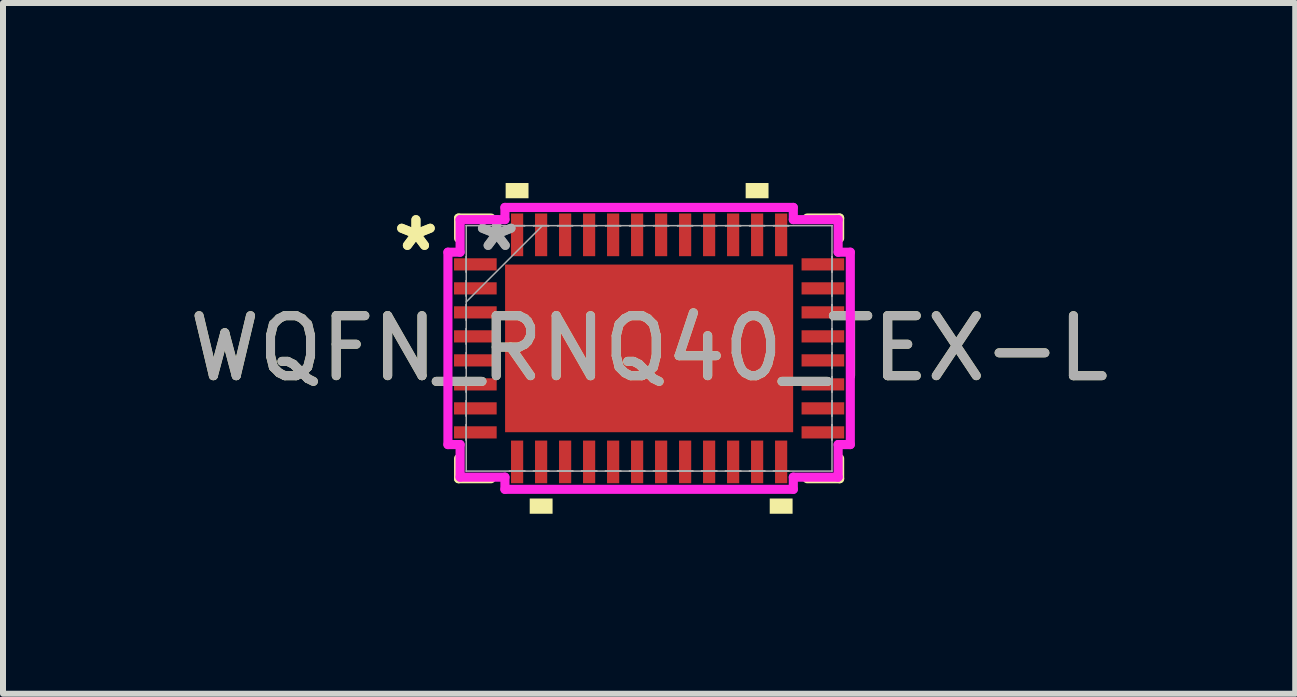
<source format=kicad_pcb>
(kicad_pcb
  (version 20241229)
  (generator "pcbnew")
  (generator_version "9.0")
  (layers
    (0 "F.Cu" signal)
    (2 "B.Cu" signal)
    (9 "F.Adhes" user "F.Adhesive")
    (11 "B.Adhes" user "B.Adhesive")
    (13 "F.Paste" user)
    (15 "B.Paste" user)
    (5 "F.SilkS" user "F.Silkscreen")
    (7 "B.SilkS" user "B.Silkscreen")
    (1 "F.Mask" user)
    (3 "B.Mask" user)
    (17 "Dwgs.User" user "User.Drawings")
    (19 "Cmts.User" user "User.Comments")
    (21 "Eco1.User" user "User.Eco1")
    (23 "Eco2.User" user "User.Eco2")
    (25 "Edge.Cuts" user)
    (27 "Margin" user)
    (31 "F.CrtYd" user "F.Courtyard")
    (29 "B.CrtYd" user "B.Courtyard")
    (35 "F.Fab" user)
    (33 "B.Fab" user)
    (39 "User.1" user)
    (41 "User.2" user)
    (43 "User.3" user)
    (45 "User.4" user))
  (footprint "WQFN_RNQ40_TEX-L"
    (layer "F.Cu")
    (at 7.768 2.756)
    (property "Reference" "WQFN_RNQ40_TEX-L" (at 0 0 0) (unlocked yes) (layer "F.SilkS") (effects (font (size 1 1) (thickness 0.15))))
    (attr smd)
    (fp_line (start -3.175 -2.172) (end -3.175 -1.834) (stroke (width 0.152) (type solid)) (layer "F.SilkS"))
    (fp_line (start -3.175 1.834) (end -3.175 2.172) (stroke (width 0.152) (type solid)) (layer "F.SilkS"))
    (fp_line (start -3.175 2.172) (end -2.634 2.172) (stroke (width 0.152) (type solid)) (layer "F.SilkS"))
    (fp_line (start -2.634 -2.172) (end -3.175 -2.172) (stroke (width 0.152) (type solid)) (layer "F.SilkS"))
    (fp_line (start 2.634 2.172) (end 3.175 2.172) (stroke (width 0.152) (type solid)) (layer "F.SilkS"))
    (fp_line (start 3.175 -2.172) (end 2.634 -2.172) (stroke (width 0.152) (type solid)) (layer "F.SilkS"))
    (fp_line (start 3.175 -1.834) (end 3.175 -2.172) (stroke (width 0.152) (type solid)) (layer "F.SilkS"))
    (fp_line (start 3.175 2.172) (end 3.175 1.834) (stroke (width 0.152) (type solid)) (layer "F.SilkS"))
    (fp_poly (pts (xy -2.391 -2.502) (xy -2.391 -2.756) (xy -2.01 -2.756) (xy -2.01 -2.502)) (stroke (width 0) (type solid)) (fill yes) (layer "F.SilkS"))
    (fp_poly (pts (xy -1.99 2.502) (xy -1.99 2.756) (xy -1.609 2.756) (xy -1.609 2.502)) (stroke (width 0) (type solid)) (fill yes) (layer "F.SilkS"))
    (fp_poly (pts (xy 1.609 -2.502) (xy 1.609 -2.756) (xy 1.99 -2.756) (xy 1.99 -2.502)) (stroke (width 0) (type solid)) (fill yes) (layer "F.SilkS"))
    (fp_poly (pts (xy 2.01 2.502) (xy 2.01 2.756) (xy 2.391 2.756) (xy 2.391 2.502)) (stroke (width 0) (type solid)) (fill yes) (layer "F.SilkS"))
    (fp_poly (pts (xy -2.3 -1.297) (xy -2.3 -0.1) (xy -0.9 -0.1) (xy -0.9 -1.297)) (stroke (width 0) (type solid)) (fill yes) (layer "F.Paste"))
    (fp_poly (pts (xy -2.3 0.1) (xy -2.3 1.297) (xy -0.9 1.297) (xy -0.9 0.1)) (stroke (width 0) (type solid)) (fill yes) (layer "F.Paste"))
    (fp_poly (pts (xy -0.7 -1.297) (xy -0.7 -0.1) (xy 0.7 -0.1) (xy 0.7 -1.297)) (stroke (width 0) (type solid)) (fill yes) (layer "F.Paste"))
    (fp_poly (pts (xy -0.7 0.1) (xy -0.7 1.297) (xy 0.7 1.297) (xy 0.7 0.1)) (stroke (width 0) (type solid)) (fill yes) (layer "F.Paste"))
    (fp_poly (pts (xy 0.9 -1.297) (xy 0.9 -0.1) (xy 2.3 -0.1) (xy 2.3 -1.297)) (stroke (width 0) (type solid)) (fill yes) (layer "F.Paste"))
    (fp_poly (pts (xy 0.9 0.1) (xy 0.9 1.297) (xy 2.3 1.297) (xy 2.3 0.1)) (stroke (width 0) (type solid)) (fill yes) (layer "F.Paste"))
    (fp_line (start -3.353 -1.603) (end -3.15 -1.603) (stroke (width 0.152) (type solid)) (layer "F.CrtYd"))
    (fp_line (start -3.353 1.603) (end -3.353 -1.603) (stroke (width 0.152) (type solid)) (layer "F.CrtYd"))
    (fp_line (start -3.15 -2.146) (end -2.403 -2.146) (stroke (width 0.152) (type solid)) (layer "F.CrtYd"))
    (fp_line (start -3.15 -1.603) (end -3.15 -2.146) (stroke (width 0.152) (type solid)) (layer "F.CrtYd"))
    (fp_line (start -3.15 1.603) (end -3.353 1.603) (stroke (width 0.152) (type solid)) (layer "F.CrtYd"))
    (fp_line (start -3.15 2.146) (end -3.15 1.603) (stroke (width 0.152) (type solid)) (layer "F.CrtYd"))
    (fp_line (start -2.403 -2.349) (end 2.403 -2.349) (stroke (width 0.152) (type solid)) (layer "F.CrtYd"))
    (fp_line (start -2.403 -2.146) (end -2.403 -2.349) (stroke (width 0.152) (type solid)) (layer "F.CrtYd"))
    (fp_line (start -2.403 2.146) (end -3.15 2.146) (stroke (width 0.152) (type solid)) (layer "F.CrtYd"))
    (fp_line (start -2.403 2.349) (end -2.403 2.146) (stroke (width 0.152) (type solid)) (layer "F.CrtYd"))
    (fp_line (start 2.403 -2.349) (end 2.403 -2.146) (stroke (width 0.152) (type solid)) (layer "F.CrtYd"))
    (fp_line (start 2.403 -2.146) (end 3.15 -2.146) (stroke (width 0.152) (type solid)) (layer "F.CrtYd"))
    (fp_line (start 2.403 2.146) (end 2.403 2.349) (stroke (width 0.152) (type solid)) (layer "F.CrtYd"))
    (fp_line (start 2.403 2.349) (end -2.403 2.349) (stroke (width 0.152) (type solid)) (layer "F.CrtYd"))
    (fp_line (start 3.15 -2.146) (end 3.15 -1.603) (stroke (width 0.152) (type solid)) (layer "F.CrtYd"))
    (fp_line (start 3.15 -1.603) (end 3.353 -1.603) (stroke (width 0.152) (type solid)) (layer "F.CrtYd"))
    (fp_line (start 3.15 1.603) (end 3.15 2.146) (stroke (width 0.152) (type solid)) (layer "F.CrtYd"))
    (fp_line (start 3.15 2.146) (end 2.403 2.146) (stroke (width 0.152) (type solid)) (layer "F.CrtYd"))
    (fp_line (start 3.353 -1.603) (end 3.353 1.603) (stroke (width 0.152) (type solid)) (layer "F.CrtYd"))
    (fp_line (start 3.353 1.603) (end 3.15 1.603) (stroke (width 0.152) (type solid)) (layer "F.CrtYd"))
    (fp_line (start -3.048 -2.045) (end -3.048 -2.045) (stroke (width 0.025) (type solid)) (layer "F.Fab"))
    (fp_line (start -3.048 -2.045) (end -3.048 2.045) (stroke (width 0.025) (type solid)) (layer "F.Fab"))
    (fp_line (start -3.048 -1.527) (end -3.048 -1.527) (stroke (width 0.025) (type solid)) (layer "F.Fab"))
    (fp_line (start -3.048 -1.527) (end -3.048 -1.273) (stroke (width 0.025) (type solid)) (layer "F.Fab"))
    (fp_line (start -3.048 -1.273) (end -3.048 -1.527) (stroke (width 0.025) (type solid)) (layer "F.Fab"))
    (fp_line (start -3.048 -1.273) (end -3.048 -1.273) (stroke (width 0.025) (type solid)) (layer "F.Fab"))
    (fp_line (start -3.048 -1.127) (end -3.048 -1.127) (stroke (width 0.025) (type solid)) (layer "F.Fab"))
    (fp_line (start -3.048 -1.127) (end -3.048 -0.873) (stroke (width 0.025) (type solid)) (layer "F.Fab"))
    (fp_line (start -3.048 -0.873) (end -3.048 -1.127) (stroke (width 0.025) (type solid)) (layer "F.Fab"))
    (fp_line (start -3.048 -0.873) (end -3.048 -0.873) (stroke (width 0.025) (type solid)) (layer "F.Fab"))
    (fp_line (start -3.048 -0.775) (end -1.778 -2.045) (stroke (width 0.025) (type solid)) (layer "F.Fab"))
    (fp_line (start -3.048 -0.727) (end -3.048 -0.727) (stroke (width 0.025) (type solid)) (layer "F.Fab"))
    (fp_line (start -3.048 -0.727) (end -3.048 -0.473) (stroke (width 0.025) (type solid)) (layer "F.Fab"))
    (fp_line (start -3.048 -0.473) (end -3.048 -0.727) (stroke (width 0.025) (type solid)) (layer "F.Fab"))
    (fp_line (start -3.048 -0.473) (end -3.048 -0.473) (stroke (width 0.025) (type solid)) (layer "F.Fab"))
    (fp_line (start -3.048 -0.327) (end -3.048 -0.327) (stroke (width 0.025) (type solid)) (layer "F.Fab"))
    (fp_line (start -3.048 -0.327) (end -3.048 -0.073) (stroke (width 0.025) (type solid)) (layer "F.Fab"))
    (fp_line (start -3.048 -0.073) (end -3.048 -0.327) (stroke (width 0.025) (type solid)) (layer "F.Fab"))
    (fp_line (start -3.048 -0.073) (end -3.048 -0.073) (stroke (width 0.025) (type solid)) (layer "F.Fab"))
    (fp_line (start -3.048 0.073) (end -3.048 0.073) (stroke (width 0.025) (type solid)) (layer "F.Fab"))
    (fp_line (start -3.048 0.073) (end -3.048 0.327) (stroke (width 0.025) (type solid)) (layer "F.Fab"))
    (fp_line (start -3.048 0.327) (end -3.048 0.073) (stroke (width 0.025) (type solid)) (layer "F.Fab"))
    (fp_line (start -3.048 0.327) (end -3.048 0.327) (stroke (width 0.025) (type solid)) (layer "F.Fab"))
    (fp_line (start -3.048 0.473) (end -3.048 0.473) (stroke (width 0.025) (type solid)) (layer "F.Fab"))
    (fp_line (start -3.048 0.473) (end -3.048 0.727) (stroke (width 0.025) (type solid)) (layer "F.Fab"))
    (fp_line (start -3.048 0.727) (end -3.048 0.473) (stroke (width 0.025) (type solid)) (layer "F.Fab"))
    (fp_line (start -3.048 0.727) (end -3.048 0.727) (stroke (width 0.025) (type solid)) (layer "F.Fab"))
    (fp_line (start -3.048 0.873) (end -3.048 0.873) (stroke (width 0.025) (type solid)) (layer "F.Fab"))
    (fp_line (start -3.048 0.873) (end -3.048 1.127) (stroke (width 0.025) (type solid)) (layer "F.Fab"))
    (fp_line (start -3.048 1.127) (end -3.048 0.873) (stroke (width 0.025) (type solid)) (layer "F.Fab"))
    (fp_line (start -3.048 1.127) (end -3.048 1.127) (stroke (width 0.025) (type solid)) (layer "F.Fab"))
    (fp_line (start -3.048 1.273) (end -3.048 1.273) (stroke (width 0.025) (type solid)) (layer "F.Fab"))
    (fp_line (start -3.048 1.273) (end -3.048 1.527) (stroke (width 0.025) (type solid)) (layer "F.Fab"))
    (fp_line (start -3.048 1.527) (end -3.048 1.273) (stroke (width 0.025) (type solid)) (layer "F.Fab"))
    (fp_line (start -3.048 1.527) (end -3.048 1.527) (stroke (width 0.025) (type solid)) (layer "F.Fab"))
    (fp_line (start -3.048 2.045) (end -3.048 2.045) (stroke (width 0.025) (type solid)) (layer "F.Fab"))
    (fp_line (start -3.048 2.045) (end 3.048 2.045) (stroke (width 0.025) (type solid)) (layer "F.Fab"))
    (fp_line (start -2.327 -2.045) (end -2.327 -2.045) (stroke (width 0.025) (type solid)) (layer "F.Fab"))
    (fp_line (start -2.327 -2.045) (end -2.073 -2.045) (stroke (width 0.025) (type solid)) (layer "F.Fab"))
    (fp_line (start -2.327 2.045) (end -2.327 2.045) (stroke (width 0.025) (type solid)) (layer "F.Fab"))
    (fp_line (start -2.327 2.045) (end -2.073 2.045) (stroke (width 0.025) (type solid)) (layer "F.Fab"))
    (fp_line (start -2.073 -2.045) (end -2.327 -2.045) (stroke (width 0.025) (type solid)) (layer "F.Fab"))
    (fp_line (start -2.073 -2.045) (end -2.073 -2.045) (stroke (width 0.025) (type solid)) (layer "F.Fab"))
    (fp_line (start -2.073 2.045) (end -2.327 2.045) (stroke (width 0.025) (type solid)) (layer "F.Fab"))
    (fp_line (start -2.073 2.045) (end -2.073 2.045) (stroke (width 0.025) (type solid)) (layer "F.Fab"))
    (fp_line (start -1.927 -2.045) (end -1.927 -2.045) (stroke (width 0.025) (type solid)) (layer "F.Fab"))
    (fp_line (start -1.927 -2.045) (end -1.673 -2.045) (stroke (width 0.025) (type solid)) (layer "F.Fab"))
    (fp_line (start -1.927 2.045) (end -1.927 2.045) (stroke (width 0.025) (type solid)) (layer "F.Fab"))
    (fp_line (start -1.927 2.045) (end -1.673 2.045) (stroke (width 0.025) (type solid)) (layer "F.Fab"))
    (fp_line (start -1.673 -2.045) (end -1.927 -2.045) (stroke (width 0.025) (type solid)) (layer "F.Fab"))
    (fp_line (start -1.673 -2.045) (end -1.673 -2.045) (stroke (width 0.025) (type solid)) (layer "F.Fab"))
    (fp_line (start -1.673 2.045) (end -1.927 2.045) (stroke (width 0.025) (type solid)) (layer "F.Fab"))
    (fp_line (start -1.673 2.045) (end -1.673 2.045) (stroke (width 0.025) (type solid)) (layer "F.Fab"))
    (fp_line (start -1.527 -2.045) (end -1.527 -2.045) (stroke (width 0.025) (type solid)) (layer "F.Fab"))
    (fp_line (start -1.527 -2.045) (end -1.273 -2.045) (stroke (width 0.025) (type solid)) (layer "F.Fab"))
    (fp_line (start -1.527 2.045) (end -1.527 2.045) (stroke (width 0.025) (type solid)) (layer "F.Fab"))
    (fp_line (start -1.527 2.045) (end -1.273 2.045) (stroke (width 0.025) (type solid)) (layer "F.Fab"))
    (fp_line (start -1.273 -2.045) (end -1.527 -2.045) (stroke (width 0.025) (type solid)) (layer "F.Fab"))
    (fp_line (start -1.273 -2.045) (end -1.273 -2.045) (stroke (width 0.025) (type solid)) (layer "F.Fab"))
    (fp_line (start -1.273 2.045) (end -1.527 2.045) (stroke (width 0.025) (type solid)) (layer "F.Fab"))
    (fp_line (start -1.273 2.045) (end -1.273 2.045) (stroke (width 0.025) (type solid)) (layer "F.Fab"))
    (fp_line (start -1.127 -2.045) (end -1.127 -2.045) (stroke (width 0.025) (type solid)) (layer "F.Fab"))
    (fp_line (start -1.127 -2.045) (end -0.873 -2.045) (stroke (width 0.025) (type solid)) (layer "F.Fab"))
    (fp_line (start -1.127 2.045) (end -1.127 2.045) (stroke (width 0.025) (type solid)) (layer "F.Fab"))
    (fp_line (start -1.127 2.045) (end -0.873 2.045) (stroke (width 0.025) (type solid)) (layer "F.Fab"))
    (fp_line (start -0.873 -2.045) (end -1.127 -2.045) (stroke (width 0.025) (type solid)) (layer "F.Fab"))
    (fp_line (start -0.873 -2.045) (end -0.873 -2.045) (stroke (width 0.025) (type solid)) (layer "F.Fab"))
    (fp_line (start -0.873 2.045) (end -1.127 2.045) (stroke (width 0.025) (type solid)) (layer "F.Fab"))
    (fp_line (start -0.873 2.045) (end -0.873 2.045) (stroke (width 0.025) (type solid)) (layer "F.Fab"))
    (fp_line (start -0.727 -2.045) (end -0.727 -2.045) (stroke (width 0.025) (type solid)) (layer "F.Fab"))
    (fp_line (start -0.727 -2.045) (end -0.473 -2.045) (stroke (width 0.025) (type solid)) (layer "F.Fab"))
    (fp_line (start -0.727 2.045) (end -0.727 2.045) (stroke (width 0.025) (type solid)) (layer "F.Fab"))
    (fp_line (start -0.727 2.045) (end -0.473 2.045) (stroke (width 0.025) (type solid)) (layer "F.Fab"))
    (fp_line (start -0.473 -2.045) (end -0.727 -2.045) (stroke (width 0.025) (type solid)) (layer "F.Fab"))
    (fp_line (start -0.473 -2.045) (end -0.473 -2.045) (stroke (width 0.025) (type solid)) (layer "F.Fab"))
    (fp_line (start -0.473 2.045) (end -0.727 2.045) (stroke (width 0.025) (type solid)) (layer "F.Fab"))
    (fp_line (start -0.473 2.045) (end -0.473 2.045) (stroke (width 0.025) (type solid)) (layer "F.Fab"))
    (fp_line (start -0.327 -2.045) (end -0.327 -2.045) (stroke (width 0.025) (type solid)) (layer "F.Fab"))
    (fp_line (start -0.327 -2.045) (end -0.073 -2.045) (stroke (width 0.025) (type solid)) (layer "F.Fab"))
    (fp_line (start -0.327 2.045) (end -0.327 2.045) (stroke (width 0.025) (type solid)) (layer "F.Fab"))
    (fp_line (start -0.327 2.045) (end -0.073 2.045) (stroke (width 0.025) (type solid)) (layer "F.Fab"))
    (fp_line (start -0.073 -2.045) (end -0.327 -2.045) (stroke (width 0.025) (type solid)) (layer "F.Fab"))
    (fp_line (start -0.073 -2.045) (end -0.073 -2.045) (stroke (width 0.025) (type solid)) (layer "F.Fab"))
    (fp_line (start -0.073 2.045) (end -0.327 2.045) (stroke (width 0.025) (type solid)) (layer "F.Fab"))
    (fp_line (start -0.073 2.045) (end -0.073 2.045) (stroke (width 0.025) (type solid)) (layer "F.Fab"))
    (fp_line (start 0.073 -2.045) (end 0.073 -2.045) (stroke (width 0.025) (type solid)) (layer "F.Fab"))
    (fp_line (start 0.073 -2.045) (end 0.327 -2.045) (stroke (width 0.025) (type solid)) (layer "F.Fab"))
    (fp_line (start 0.073 2.045) (end 0.073 2.045) (stroke (width 0.025) (type solid)) (layer "F.Fab"))
    (fp_line (start 0.073 2.045) (end 0.327 2.045) (stroke (width 0.025) (type solid)) (layer "F.Fab"))
    (fp_line (start 0.327 -2.045) (end 0.073 -2.045) (stroke (width 0.025) (type solid)) (layer "F.Fab"))
    (fp_line (start 0.327 -2.045) (end 0.327 -2.045) (stroke (width 0.025) (type solid)) (layer "F.Fab"))
    (fp_line (start 0.327 2.045) (end 0.073 2.045) (stroke (width 0.025) (type solid)) (layer "F.Fab"))
    (fp_line (start 0.327 2.045) (end 0.327 2.045) (stroke (width 0.025) (type solid)) (layer "F.Fab"))
    (fp_line (start 0.473 -2.045) (end 0.473 -2.045) (stroke (width 0.025) (type solid)) (layer "F.Fab"))
    (fp_line (start 0.473 -2.045) (end 0.727 -2.045) (stroke (width 0.025) (type solid)) (layer "F.Fab"))
    (fp_line (start 0.473 2.045) (end 0.473 2.045) (stroke (width 0.025) (type solid)) (layer "F.Fab"))
    (fp_line (start 0.473 2.045) (end 0.727 2.045) (stroke (width 0.025) (type solid)) (layer "F.Fab"))
    (fp_line (start 0.727 -2.045) (end 0.473 -2.045) (stroke (width 0.025) (type solid)) (layer "F.Fab"))
    (fp_line (start 0.727 -2.045) (end 0.727 -2.045) (stroke (width 0.025) (type solid)) (layer "F.Fab"))
    (fp_line (start 0.727 2.045) (end 0.473 2.045) (stroke (width 0.025) (type solid)) (layer "F.Fab"))
    (fp_line (start 0.727 2.045) (end 0.727 2.045) (stroke (width 0.025) (type solid)) (layer "F.Fab"))
    (fp_line (start 0.873 -2.045) (end 0.873 -2.045) (stroke (width 0.025) (type solid)) (layer "F.Fab"))
    (fp_line (start 0.873 -2.045) (end 1.127 -2.045) (stroke (width 0.025) (type solid)) (layer "F.Fab"))
    (fp_line (start 0.873 2.045) (end 0.873 2.045) (stroke (width 0.025) (type solid)) (layer "F.Fab"))
    (fp_line (start 0.873 2.045) (end 1.127 2.045) (stroke (width 0.025) (type solid)) (layer "F.Fab"))
    (fp_line (start 1.127 -2.045) (end 0.873 -2.045) (stroke (width 0.025) (type solid)) (layer "F.Fab"))
    (fp_line (start 1.127 -2.045) (end 1.127 -2.045) (stroke (width 0.025) (type solid)) (layer "F.Fab"))
    (fp_line (start 1.127 2.045) (end 0.873 2.045) (stroke (width 0.025) (type solid)) (layer "F.Fab"))
    (fp_line (start 1.127 2.045) (end 1.127 2.045) (stroke (width 0.025) (type solid)) (layer "F.Fab"))
    (fp_line (start 1.273 -2.045) (end 1.273 -2.045) (stroke (width 0.025) (type solid)) (layer "F.Fab"))
    (fp_line (start 1.273 -2.045) (end 1.527 -2.045) (stroke (width 0.025) (type solid)) (layer "F.Fab"))
    (fp_line (start 1.273 2.045) (end 1.273 2.045) (stroke (width 0.025) (type solid)) (layer "F.Fab"))
    (fp_line (start 1.273 2.045) (end 1.527 2.045) (stroke (width 0.025) (type solid)) (layer "F.Fab"))
    (fp_line (start 1.527 -2.045) (end 1.273 -2.045) (stroke (width 0.025) (type solid)) (layer "F.Fab"))
    (fp_line (start 1.527 -2.045) (end 1.527 -2.045) (stroke (width 0.025) (type solid)) (layer "F.Fab"))
    (fp_line (start 1.527 2.045) (end 1.273 2.045) (stroke (width 0.025) (type solid)) (layer "F.Fab"))
    (fp_line (start 1.527 2.045) (end 1.527 2.045) (stroke (width 0.025) (type solid)) (layer "F.Fab"))
    (fp_line (start 1.673 -2.045) (end 1.673 -2.045) (stroke (width 0.025) (type solid)) (layer "F.Fab"))
    (fp_line (start 1.673 -2.045) (end 1.927 -2.045) (stroke (width 0.025) (type solid)) (layer "F.Fab"))
    (fp_line (start 1.673 2.045) (end 1.673 2.045) (stroke (width 0.025) (type solid)) (layer "F.Fab"))
    (fp_line (start 1.673 2.045) (end 1.927 2.045) (stroke (width 0.025) (type solid)) (layer "F.Fab"))
    (fp_line (start 1.927 -2.045) (end 1.673 -2.045) (stroke (width 0.025) (type solid)) (layer "F.Fab"))
    (fp_line (start 1.927 -2.045) (end 1.927 -2.045) (stroke (width 0.025) (type solid)) (layer "F.Fab"))
    (fp_line (start 1.927 2.045) (end 1.673 2.045) (stroke (width 0.025) (type solid)) (layer "F.Fab"))
    (fp_line (start 1.927 2.045) (end 1.927 2.045) (stroke (width 0.025) (type solid)) (layer "F.Fab"))
    (fp_line (start 2.073 -2.045) (end 2.073 -2.045) (stroke (width 0.025) (type solid)) (layer "F.Fab"))
    (fp_line (start 2.073 -2.045) (end 2.327 -2.045) (stroke (width 0.025) (type solid)) (layer "F.Fab"))
    (fp_line (start 2.073 2.045) (end 2.073 2.045) (stroke (width 0.025) (type solid)) (layer "F.Fab"))
    (fp_line (start 2.073 2.045) (end 2.327 2.045) (stroke (width 0.025) (type solid)) (layer "F.Fab"))
    (fp_line (start 2.327 -2.045) (end 2.073 -2.045) (stroke (width 0.025) (type solid)) (layer "F.Fab"))
    (fp_line (start 2.327 -2.045) (end 2.327 -2.045) (stroke (width 0.025) (type solid)) (layer "F.Fab"))
    (fp_line (start 2.327 2.045) (end 2.073 2.045) (stroke (width 0.025) (type solid)) (layer "F.Fab"))
    (fp_line (start 2.327 2.045) (end 2.327 2.045) (stroke (width 0.025) (type solid)) (layer "F.Fab"))
    (fp_line (start 3.048 -2.045) (end -3.048 -2.045) (stroke (width 0.025) (type solid)) (layer "F.Fab"))
    (fp_line (start 3.048 -2.045) (end 3.048 -2.045) (stroke (width 0.025) (type solid)) (layer "F.Fab"))
    (fp_line (start 3.048 -1.527) (end 3.048 -1.527) (stroke (width 0.025) (type solid)) (layer "F.Fab"))
    (fp_line (start 3.048 -1.527) (end 3.048 -1.273) (stroke (width 0.025) (type solid)) (layer "F.Fab"))
    (fp_line (start 3.048 -1.273) (end 3.048 -1.527) (stroke (width 0.025) (type solid)) (layer "F.Fab"))
    (fp_line (start 3.048 -1.273) (end 3.048 -1.273) (stroke (width 0.025) (type solid)) (layer "F.Fab"))
    (fp_line (start 3.048 -1.127) (end 3.048 -1.127) (stroke (width 0.025) (type solid)) (layer "F.Fab"))
    (fp_line (start 3.048 -1.127) (end 3.048 -0.873) (stroke (width 0.025) (type solid)) (layer "F.Fab"))
    (fp_line (start 3.048 -0.873) (end 3.048 -1.127) (stroke (width 0.025) (type solid)) (layer "F.Fab"))
    (fp_line (start 3.048 -0.873) (end 3.048 -0.873) (stroke (width 0.025) (type solid)) (layer "F.Fab"))
    (fp_line (start 3.048 -0.727) (end 3.048 -0.727) (stroke (width 0.025) (type solid)) (layer "F.Fab"))
    (fp_line (start 3.048 -0.727) (end 3.048 -0.473) (stroke (width 0.025) (type solid)) (layer "F.Fab"))
    (fp_line (start 3.048 -0.473) (end 3.048 -0.727) (stroke (width 0.025) (type solid)) (layer "F.Fab"))
    (fp_line (start 3.048 -0.473) (end 3.048 -0.473) (stroke (width 0.025) (type solid)) (layer "F.Fab"))
    (fp_line (start 3.048 -0.327) (end 3.048 -0.327) (stroke (width 0.025) (type solid)) (layer "F.Fab"))
    (fp_line (start 3.048 -0.327) (end 3.048 -0.073) (stroke (width 0.025) (type solid)) (layer "F.Fab"))
    (fp_line (start 3.048 -0.073) (end 3.048 -0.327) (stroke (width 0.025) (type solid)) (layer "F.Fab"))
    (fp_line (start 3.048 -0.073) (end 3.048 -0.073) (stroke (width 0.025) (type solid)) (layer "F.Fab"))
    (fp_line (start 3.048 0.073) (end 3.048 0.073) (stroke (width 0.025) (type solid)) (layer "F.Fab"))
    (fp_line (start 3.048 0.073) (end 3.048 0.327) (stroke (width 0.025) (type solid)) (layer "F.Fab"))
    (fp_line (start 3.048 0.327) (end 3.048 0.073) (stroke (width 0.025) (type solid)) (layer "F.Fab"))
    (fp_line (start 3.048 0.327) (end 3.048 0.327) (stroke (width 0.025) (type solid)) (layer "F.Fab"))
    (fp_line (start 3.048 0.473) (end 3.048 0.473) (stroke (width 0.025) (type solid)) (layer "F.Fab"))
    (fp_line (start 3.048 0.473) (end 3.048 0.727) (stroke (width 0.025) (type solid)) (layer "F.Fab"))
    (fp_line (start 3.048 0.727) (end 3.048 0.473) (stroke (width 0.025) (type solid)) (layer "F.Fab"))
    (fp_line (start 3.048 0.727) (end 3.048 0.727) (stroke (width 0.025) (type solid)) (layer "F.Fab"))
    (fp_line (start 3.048 0.873) (end 3.048 0.873) (stroke (width 0.025) (type solid)) (layer "F.Fab"))
    (fp_line (start 3.048 0.873) (end 3.048 1.127) (stroke (width 0.025) (type solid)) (layer "F.Fab"))
    (fp_line (start 3.048 1.127) (end 3.048 0.873) (stroke (width 0.025) (type solid)) (layer "F.Fab"))
    (fp_line (start 3.048 1.127) (end 3.048 1.127) (stroke (width 0.025) (type solid)) (layer "F.Fab"))
    (fp_line (start 3.048 1.273) (end 3.048 1.273) (stroke (width 0.025) (type solid)) (layer "F.Fab"))
    (fp_line (start 3.048 1.273) (end 3.048 1.527) (stroke (width 0.025) (type solid)) (layer "F.Fab"))
    (fp_line (start 3.048 1.527) (end 3.048 1.273) (stroke (width 0.025) (type solid)) (layer "F.Fab"))
    (fp_line (start 3.048 1.527) (end 3.048 1.527) (stroke (width 0.025) (type solid)) (layer "F.Fab"))
    (fp_line (start 3.048 2.045) (end 3.048 -2.045) (stroke (width 0.025) (type solid)) (layer "F.Fab"))
    (fp_line (start 3.048 2.045) (end 3.048 2.045) (stroke (width 0.025) (type solid)) (layer "F.Fab"))
    (fp_text user "*" (at -3.886 -1.6 0) (layer "F.SilkS") (effects (font (size 1 1) (thickness 0.15))))
    (fp_text user "*" (at -3.886 -1.6 0) (unlocked yes) (layer "F.SilkS") (effects (font (size 1 1) (thickness 0.15))))
    (fp_text user "*" (at -2.54 -1.6 0) (layer "F.Fab") (effects (font (size 1 1) (thickness 0.15))))
    (fp_text user "${REFERENCE}" (at 0 0 0) (unlocked yes) (layer "F.Fab") (effects (font (size 1 1) (thickness 0.15))))
    (fp_text user "*" (at -2.54 -1.6 0) (unlocked yes) (layer "F.Fab") (effects (font (size 1 1) (thickness 0.15))))
    (pad "1" smd rect (at -2.896 -1.4 90) (size 0.203 0.711) (layers "F.Cu" "F.Mask" "F.Paste"))
    (pad "2" smd rect (at -2.896 -1 90) (size 0.203 0.711) (layers "F.Cu" "F.Mask" "F.Paste"))
    (pad "3" smd rect (at -2.896 -0.6 90) (size 0.203 0.711) (layers "F.Cu" "F.Mask" "F.Paste"))
    (pad "4" smd rect (at -2.896 -0.2 90) (size 0.203 0.711) (layers "F.Cu" "F.Mask" "F.Paste"))
    (pad "5" smd rect (at -2.896 0.2 90) (size 0.203 0.711) (layers "F.Cu" "F.Mask" "F.Paste"))
    (pad "6" smd rect (at -2.896 0.6 90) (size 0.203 0.711) (layers "F.Cu" "F.Mask" "F.Paste"))
    (pad "7" smd rect (at -2.896 1 90) (size 0.203 0.711) (layers "F.Cu" "F.Mask" "F.Paste"))
    (pad "8" smd rect (at -2.896 1.4 90) (size 0.203 0.711) (layers "F.Cu" "F.Mask" "F.Paste"))
    (pad "9" smd rect (at -2.2 1.892) (size 0.203 0.711) (layers "F.Cu" "F.Mask" "F.Paste"))
    (pad "10" smd rect (at -1.8 1.892) (size 0.203 0.711) (layers "F.Cu" "F.Mask" "F.Paste"))
    (pad "11" smd rect (at -1.4 1.892) (size 0.203 0.711) (layers "F.Cu" "F.Mask" "F.Paste"))
    (pad "12" smd rect (at -1 1.892) (size 0.203 0.711) (layers "F.Cu" "F.Mask" "F.Paste"))
    (pad "13" smd rect (at -0.6 1.892) (size 0.203 0.711) (layers "F.Cu" "F.Mask" "F.Paste"))
    (pad "14" smd rect (at -0.2 1.892) (size 0.203 0.711) (layers "F.Cu" "F.Mask" "F.Paste"))
    (pad "15" smd rect (at 0.2 1.892) (size 0.203 0.711) (layers "F.Cu" "F.Mask" "F.Paste"))
    (pad "16" smd rect (at 0.6 1.892) (size 0.203 0.711) (layers "F.Cu" "F.Mask" "F.Paste"))
    (pad "17" smd rect (at 1 1.892) (size 0.203 0.711) (layers "F.Cu" "F.Mask" "F.Paste"))
    (pad "18" smd rect (at 1.4 1.892) (size 0.203 0.711) (layers "F.Cu" "F.Mask" "F.Paste"))
    (pad "19" smd rect (at 1.8 1.892) (size 0.203 0.711) (layers "F.Cu" "F.Mask" "F.Paste"))
    (pad "20" smd rect (at 2.2 1.892) (size 0.203 0.711) (layers "F.Cu" "F.Mask" "F.Paste"))
    (pad "21" smd rect (at 2.896 1.4 90) (size 0.203 0.711) (layers "F.Cu" "F.Mask" "F.Paste"))
    (pad "22" smd rect (at 2.896 1 90) (size 0.203 0.711) (layers "F.Cu" "F.Mask" "F.Paste"))
    (pad "23" smd rect (at 2.896 0.6 90) (size 0.203 0.711) (layers "F.Cu" "F.Mask" "F.Paste"))
    (pad "24" smd rect (at 2.896 0.2 90) (size 0.203 0.711) (layers "F.Cu" "F.Mask" "F.Paste"))
    (pad "25" smd rect (at 2.896 -0.2 90) (size 0.203 0.711) (layers "F.Cu" "F.Mask" "F.Paste"))
    (pad "26" smd rect (at 2.896 -0.6 90) (size 0.203 0.711) (layers "F.Cu" "F.Mask" "F.Paste"))
    (pad "27" smd rect (at 2.896 -1 90) (size 0.203 0.711) (layers "F.Cu" "F.Mask" "F.Paste"))
    (pad "28" smd rect (at 2.896 -1.4 90) (size 0.203 0.711) (layers "F.Cu" "F.Mask" "F.Paste"))
    (pad "29" smd rect (at 2.2 -1.892) (size 0.203 0.711) (layers "F.Cu" "F.Mask" "F.Paste"))
    (pad "30" smd rect (at 1.8 -1.892) (size 0.203 0.711) (layers "F.Cu" "F.Mask" "F.Paste"))
    (pad "31" smd rect (at 1.4 -1.892) (size 0.203 0.711) (layers "F.Cu" "F.Mask" "F.Paste"))
    (pad "32" smd rect (at 1 -1.892) (size 0.203 0.711) (layers "F.Cu" "F.Mask" "F.Paste"))
    (pad "33" smd rect (at 0.6 -1.892) (size 0.203 0.711) (layers "F.Cu" "F.Mask" "F.Paste"))
    (pad "34" smd rect (at 0.2 -1.892) (size 0.203 0.711) (layers "F.Cu" "F.Mask" "F.Paste"))
    (pad "35" smd rect (at -0.2 -1.892) (size 0.203 0.711) (layers "F.Cu" "F.Mask" "F.Paste"))
    (pad "36" smd rect (at -0.6 -1.892) (size 0.203 0.711) (layers "F.Cu" "F.Mask" "F.Paste"))
    (pad "37" smd rect (at -1 -1.892) (size 0.203 0.711) (layers "F.Cu" "F.Mask" "F.Paste"))
    (pad "38" smd rect (at -1.4 -1.892) (size 0.203 0.711) (layers "F.Cu" "F.Mask" "F.Paste"))
    (pad "39" smd rect (at -1.8 -1.892) (size 0.203 0.711) (layers "F.Cu" "F.Mask" "F.Paste"))
    (pad "40" smd rect (at -2.2 -1.892) (size 0.203 0.711) (layers "F.Cu" "F.Mask" "F.Paste"))
    (pad "41" smd rect (at 0 0) (size 4.801 2.794) (layers "F.Cu" "F.Mask" "F.Paste")))
  (gr_rect
    (start -3 -3)
    (end 18.536 8.512)
    (stroke (width 0.1) (type default))
    (fill no)
    (layer "Edge.Cuts")))
</source>
